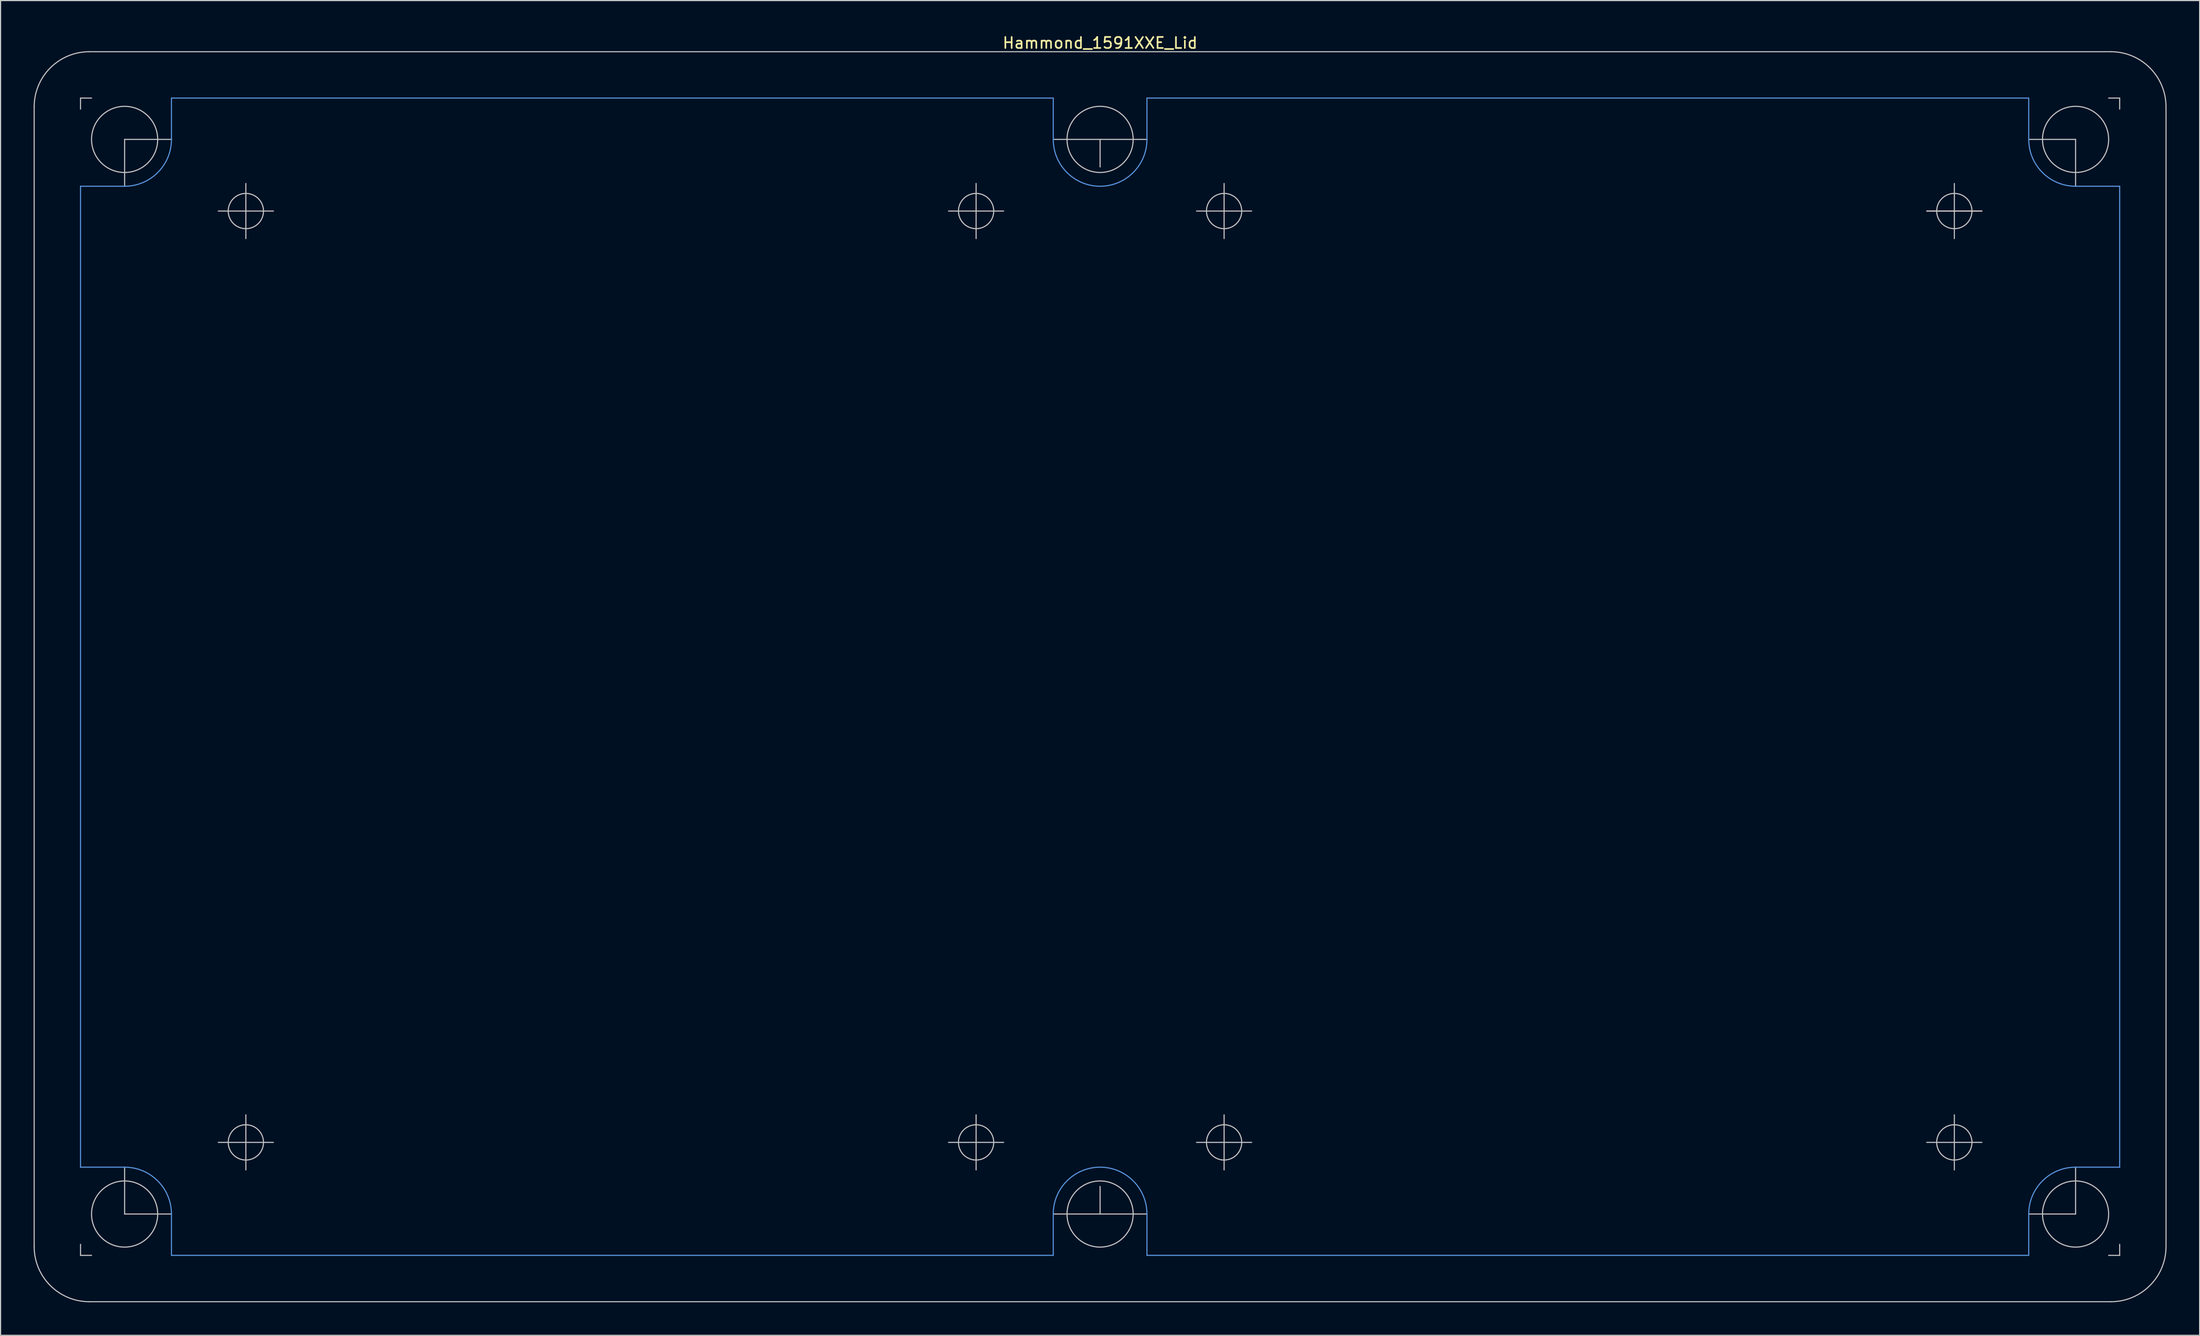
<source format=kicad_pcb>
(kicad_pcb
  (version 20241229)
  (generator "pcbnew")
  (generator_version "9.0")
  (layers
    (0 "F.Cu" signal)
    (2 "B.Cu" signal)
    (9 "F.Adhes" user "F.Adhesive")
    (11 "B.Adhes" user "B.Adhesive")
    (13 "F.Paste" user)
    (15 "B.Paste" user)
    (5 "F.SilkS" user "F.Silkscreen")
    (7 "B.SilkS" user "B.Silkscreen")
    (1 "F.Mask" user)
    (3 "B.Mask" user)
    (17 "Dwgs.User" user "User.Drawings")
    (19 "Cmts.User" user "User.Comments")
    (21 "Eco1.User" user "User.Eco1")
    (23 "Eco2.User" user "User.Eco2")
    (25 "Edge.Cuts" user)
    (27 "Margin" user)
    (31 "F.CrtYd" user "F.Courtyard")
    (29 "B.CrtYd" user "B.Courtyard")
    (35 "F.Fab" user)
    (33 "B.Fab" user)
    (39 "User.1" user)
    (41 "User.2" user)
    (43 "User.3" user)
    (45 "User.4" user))
  (footprint "Hammond_1591XXE_Lid"
    (layer "F.Cu")
    (at 96.755 58.348)
    (property "Reference" "Hammond_1591XXE_Lid" (at 0 -57.5 0) (layer "F.SilkS") (effects (font (size 1 1) (thickness 0.15))))
    (attr through_hole)
    (fp_line (start -96.705 -51.705) (end -96.705 51.705) (stroke (width 0.1) (type solid)) (layer "Dwgs.User"))
    (fp_line (start -92.5 -52.5) (end -92.5 -51.5) (stroke (width 0.1) (type solid)) (layer "Dwgs.User"))
    (fp_line (start -92.5 -52.5) (end -91.5 -52.5) (stroke (width 0.1) (type solid)) (layer "Dwgs.User"))
    (fp_line (start -92.5 52.5) (end -92.5 51.5) (stroke (width 0.1) (type solid)) (layer "Dwgs.User"))
    (fp_line (start -92.5 52.5) (end -91.5 52.5) (stroke (width 0.1) (type solid)) (layer "Dwgs.User"))
    (fp_line (start -91.705 56.705) (end 91.705 56.705) (stroke (width 0.1) (type solid)) (layer "Dwgs.User"))
    (fp_line (start -88.5 -48.75) (end -88.5 -44.5) (stroke (width 0.1) (type solid)) (layer "Dwgs.User"))
    (fp_line (start -88.5 -48.75) (end -84.25 -48.75) (stroke (width 0.1) (type solid)) (layer "Dwgs.User"))
    (fp_line (start -88.5 48.75) (end -88.5 44.5) (stroke (width 0.1) (type solid)) (layer "Dwgs.User"))
    (fp_line (start -88.5 48.75) (end -84.25 48.75) (stroke (width 0.1) (type solid)) (layer "Dwgs.User"))
    (fp_line (start -80 -42.25) (end -75 -42.25) (stroke (width 0.1) (type solid)) (layer "Dwgs.User"))
    (fp_line (start -80 42.25) (end -75 42.25) (stroke (width 0.1) (type solid)) (layer "Dwgs.User"))
    (fp_line (start -77.5 -44.75) (end -77.5 -39.75) (stroke (width 0.1) (type solid)) (layer "Dwgs.User"))
    (fp_line (start -77.5 39.75) (end -77.5 44.75) (stroke (width 0.1) (type solid)) (layer "Dwgs.User"))
    (fp_line (start -13.75 -42.25) (end -8.75 -42.25) (stroke (width 0.1) (type solid)) (layer "Dwgs.User"))
    (fp_line (start -13.75 42.25) (end -8.75 42.25) (stroke (width 0.1) (type solid)) (layer "Dwgs.User"))
    (fp_line (start -11.25 -44.75) (end -11.25 -39.75) (stroke (width 0.1) (type solid)) (layer "Dwgs.User"))
    (fp_line (start -11.25 39.75) (end -11.25 44.75) (stroke (width 0.1) (type solid)) (layer "Dwgs.User"))
    (fp_line (start -4.25 -48.75) (end 4.25 -48.75) (stroke (width 0.1) (type solid)) (layer "Dwgs.User"))
    (fp_line (start 0 -48.75) (end 0 -46.25) (stroke (width 0.1) (type solid)) (layer "Dwgs.User"))
    (fp_line (start 0 48.75) (end 0 46.25) (stroke (width 0.1) (type solid)) (layer "Dwgs.User"))
    (fp_line (start 4.25 48.75) (end -4.25 48.75) (stroke (width 0.1) (type solid)) (layer "Dwgs.User"))
    (fp_line (start 8.75 -42.25) (end 13.75 -42.25) (stroke (width 0.1) (type solid)) (layer "Dwgs.User"))
    (fp_line (start 8.75 42.25) (end 13.75 42.25) (stroke (width 0.1) (type solid)) (layer "Dwgs.User"))
    (fp_line (start 11.25 -44.75) (end 11.25 -39.75) (stroke (width 0.1) (type solid)) (layer "Dwgs.User"))
    (fp_line (start 11.25 39.75) (end 11.25 44.75) (stroke (width 0.1) (type solid)) (layer "Dwgs.User"))
    (fp_line (start 75 -42.25) (end 80 -42.25) (stroke (width 0.1) (type solid)) (layer "Dwgs.User"))
    (fp_line (start 75 42.25) (end 80 42.25) (stroke (width 0.1) (type solid)) (layer "Dwgs.User"))
    (fp_line (start 77.5 -44.75) (end 77.5 -39.75) (stroke (width 0.1) (type solid)) (layer "Dwgs.User"))
    (fp_line (start 77.5 39.75) (end 77.5 44.75) (stroke (width 0.1) (type solid)) (layer "Dwgs.User"))
    (fp_line (start 80 -42.25) (end 75 -42.25) (stroke (width 0.1) (type solid)) (layer "Dwgs.User"))
    (fp_line (start 88.5 -48.75) (end 84.25 -48.75) (stroke (width 0.1) (type solid)) (layer "Dwgs.User"))
    (fp_line (start 88.5 -48.75) (end 88.5 -44.5) (stroke (width 0.1) (type solid)) (layer "Dwgs.User"))
    (fp_line (start 88.5 48.75) (end 84.25 48.75) (stroke (width 0.1) (type solid)) (layer "Dwgs.User"))
    (fp_line (start 88.5 48.75) (end 88.5 44.5) (stroke (width 0.1) (type solid)) (layer "Dwgs.User"))
    (fp_line (start 91.705 -56.705) (end -91.705 -56.705) (stroke (width 0.1) (type solid)) (layer "Dwgs.User"))
    (fp_line (start 92.5 -52.5) (end 91.5 -52.5) (stroke (width 0.1) (type solid)) (layer "Dwgs.User"))
    (fp_line (start 92.5 -52.5) (end 92.5 -51.5) (stroke (width 0.1) (type solid)) (layer "Dwgs.User"))
    (fp_line (start 92.5 52.5) (end 91.5 52.5) (stroke (width 0.1) (type solid)) (layer "Dwgs.User"))
    (fp_line (start 92.5 52.5) (end 92.5 51.5) (stroke (width 0.1) (type solid)) (layer "Dwgs.User"))
    (fp_line (start 96.705 51.705) (end 96.705 -51.705) (stroke (width 0.1) (type solid)) (layer "Dwgs.User"))
    (fp_arc (start -96.705 -51.705) (mid -95.240534 -55.240534) (end -91.705 -56.705) (stroke (width 0.1) (type solid)) (layer "Dwgs.User"))
    (fp_arc (start -91.705 56.705) (mid -95.240534 55.240534) (end -96.705 51.705) (stroke (width 0.1) (type solid)) (layer "Dwgs.User"))
    (fp_arc (start 91.705 -56.705) (mid 95.240534 -55.240534) (end 96.705 -51.705) (stroke (width 0.1) (type solid)) (layer "Dwgs.User"))
    (fp_arc (start 96.705 51.705) (mid 95.240534 55.240534) (end 91.705 56.705) (stroke (width 0.1) (type solid)) (layer "Dwgs.User"))
    (fp_circle (center -88.5 -48.75) (end -85.5 -48.75) (stroke (width 0.1) (type solid)) (fill no) (layer "Dwgs.User"))
    (fp_circle (center -88.5 48.75) (end -85.5 48.75) (stroke (width 0.1) (type solid)) (fill no) (layer "Dwgs.User"))
    (fp_circle (center -77.5 -42.25) (end -75.9 -42.25) (stroke (width 0.1) (type solid)) (fill no) (layer "Dwgs.User"))
    (fp_circle (center -77.5 42.25) (end -75.9 42.25) (stroke (width 0.1) (type solid)) (fill no) (layer "Dwgs.User"))
    (fp_circle (center -11.25 -42.25) (end -9.65 -42.25) (stroke (width 0.1) (type solid)) (fill no) (layer "Dwgs.User"))
    (fp_circle (center -11.25 42.25) (end -9.65 42.25) (stroke (width 0.1) (type solid)) (fill no) (layer "Dwgs.User"))
    (fp_circle (center 0 -48.75) (end 3 -48.75) (stroke (width 0.1) (type solid)) (fill no) (layer "Dwgs.User"))
    (fp_circle (center 0 48.75) (end -3 48.75) (stroke (width 0.1) (type solid)) (fill no) (layer "Dwgs.User"))
    (fp_circle (center 11.25 -42.25) (end 12.85 -42.25) (stroke (width 0.1) (type solid)) (fill no) (layer "Dwgs.User"))
    (fp_circle (center 11.25 42.25) (end 12.85 42.25) (stroke (width 0.1) (type solid)) (fill no) (layer "Dwgs.User"))
    (fp_circle (center 77.5 -42.25) (end 79.1 -42.25) (stroke (width 0.1) (type solid)) (fill no) (layer "Dwgs.User"))
    (fp_circle (center 77.5 42.25) (end 79.1 42.25) (stroke (width 0.1) (type solid)) (fill no) (layer "Dwgs.User"))
    (fp_circle (center 88.5 -48.75) (end 85.5 -48.75) (stroke (width 0.1) (type solid)) (fill no) (layer "Dwgs.User"))
    (fp_circle (center 88.5 48.75) (end 85.5 48.75) (stroke (width 0.1) (type solid)) (fill no) (layer "Dwgs.User"))
    (fp_line (start -92.5 -44.5) (end -88.5 -44.5) (stroke (width 0.1) (type solid)) (layer "Cmts.User"))
    (fp_line (start -92.5 44.5) (end -92.5 -44.5) (stroke (width 0.1) (type solid)) (layer "Cmts.User"))
    (fp_line (start -92.5 44.5) (end -88.5 44.5) (stroke (width 0.1) (type solid)) (layer "Cmts.User"))
    (fp_line (start -84.25 -52.5) (end -84.25 -48.75) (stroke (width 0.1) (type solid)) (layer "Cmts.User"))
    (fp_line (start -84.25 -52.5) (end -4.25 -52.5) (stroke (width 0.1) (type solid)) (layer "Cmts.User"))
    (fp_line (start -84.25 48.75) (end -84.25 52.5) (stroke (width 0.1) (type solid)) (layer "Cmts.User"))
    (fp_line (start -4.25 -52.5) (end -4.25 -48.75) (stroke (width 0.1) (type solid)) (layer "Cmts.User"))
    (fp_line (start -4.25 52.5) (end -84.25 52.5) (stroke (width 0.1) (type solid)) (layer "Cmts.User"))
    (fp_line (start -4.25 52.5) (end -4.25 48.75) (stroke (width 0.1) (type solid)) (layer "Cmts.User"))
    (fp_line (start 4.25 -52.5) (end 4.25 -48.75) (stroke (width 0.1) (type solid)) (layer "Cmts.User"))
    (fp_line (start 4.25 -52.5) (end 84.25 -52.5) (stroke (width 0.1) (type solid)) (layer "Cmts.User"))
    (fp_line (start 4.25 52.5) (end 4.25 48.75) (stroke (width 0.1) (type solid)) (layer "Cmts.User"))
    (fp_line (start 84.25 -48.75) (end 84.25 -52.5) (stroke (width 0.1) (type solid)) (layer "Cmts.User"))
    (fp_line (start 84.25 52.5) (end 4.25 52.5) (stroke (width 0.1) (type solid)) (layer "Cmts.User"))
    (fp_line (start 84.25 52.5) (end 84.25 48.75) (stroke (width 0.1) (type solid)) (layer "Cmts.User"))
    (fp_line (start 92.5 -44.5) (end 88.5 -44.5) (stroke (width 0.1) (type solid)) (layer "Cmts.User"))
    (fp_line (start 92.5 -44.5) (end 92.5 44.5) (stroke (width 0.1) (type solid)) (layer "Cmts.User"))
    (fp_line (start 92.5 44.5) (end 88.5 44.5) (stroke (width 0.1) (type solid)) (layer "Cmts.User"))
    (fp_arc (start -88.5 44.5) (mid -85.494796 45.744796) (end -84.25 48.75) (stroke (width 0.1) (type solid)) (layer "Cmts.User"))
    (fp_arc (start -84.25 -48.75) (mid -85.494796 -45.744796) (end -88.5 -44.5) (stroke (width 0.1) (type solid)) (layer "Cmts.User"))
    (fp_arc (start -4.25 48.75) (mid 0 44.5) (end 4.25 48.75) (stroke (width 0.1) (type solid)) (layer "Cmts.User"))
    (fp_arc (start 4.25 -48.75) (mid 0 -44.5) (end -4.25 -48.75) (stroke (width 0.1) (type solid)) (layer "Cmts.User"))
    (fp_arc (start 84.25 48.75) (mid 85.494796 45.744796) (end 88.5 44.5) (stroke (width 0.1) (type solid)) (layer "Cmts.User"))
    (fp_arc (start 88.5 -44.5) (mid 85.494796 -45.744796) (end 84.25 -48.75) (stroke (width 0.1) (type solid)) (layer "Cmts.User")))
  (gr_rect
    (start -3 -3)
    (end 196.51 118.103)
    (stroke (width 0.1) (type default))
    (fill no)
    (layer "Edge.Cuts")))
</source>
